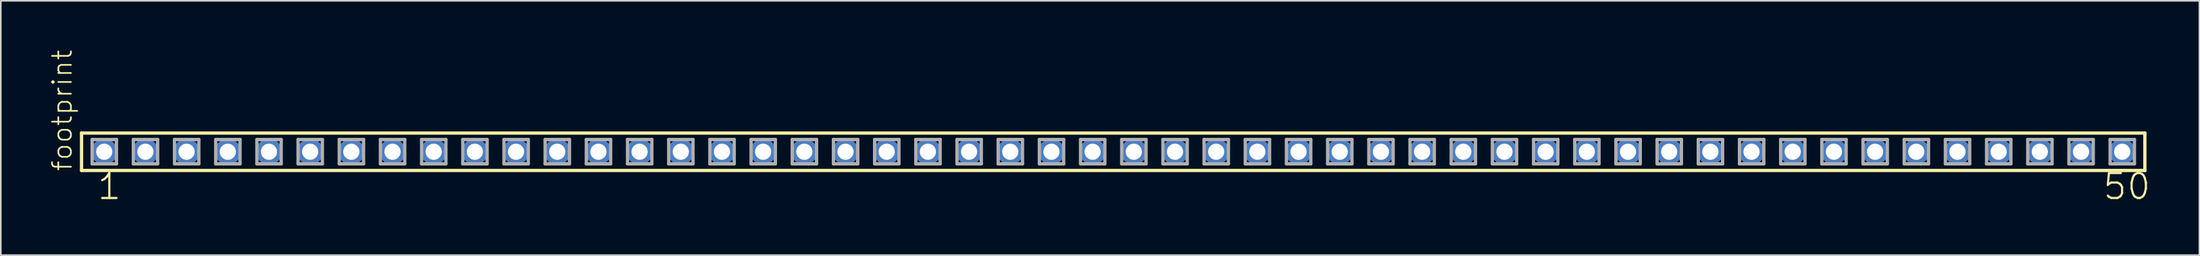
<source format=kicad_pcb>
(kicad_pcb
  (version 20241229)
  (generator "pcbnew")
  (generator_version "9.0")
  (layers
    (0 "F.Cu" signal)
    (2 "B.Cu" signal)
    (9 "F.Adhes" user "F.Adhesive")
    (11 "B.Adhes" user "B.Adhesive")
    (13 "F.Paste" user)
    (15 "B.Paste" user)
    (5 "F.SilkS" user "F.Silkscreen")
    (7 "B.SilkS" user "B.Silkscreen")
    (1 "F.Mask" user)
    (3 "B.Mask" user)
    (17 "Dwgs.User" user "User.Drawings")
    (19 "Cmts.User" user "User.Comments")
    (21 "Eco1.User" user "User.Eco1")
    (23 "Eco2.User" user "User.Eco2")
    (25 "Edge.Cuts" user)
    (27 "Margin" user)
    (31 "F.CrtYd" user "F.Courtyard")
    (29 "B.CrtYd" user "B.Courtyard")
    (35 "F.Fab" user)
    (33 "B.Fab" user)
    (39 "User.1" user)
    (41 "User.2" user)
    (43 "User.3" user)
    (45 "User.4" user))
  (footprint "footprint"
    (layer "F.Cu")
    (at 65.608 6.312)
    (property "Reference" "footprint" (at -64.135 1.27 90) (layer "F.SilkS") (effects (font (size 1.168 1.168) (thickness 0.102)) (justify left bottom)))
    (fp_line (start -63.629 -1.155) (end 63.629 -1.155) (stroke (width 0.203) (type solid)) (layer "F.SilkS"))
    (fp_line (start -63.629 1.155) (end -63.629 -1.155) (stroke (width 0.203) (type solid)) (layer "F.SilkS"))
    (fp_line (start 63.629 -1.155) (end 63.629 1.155) (stroke (width 0.203) (type solid)) (layer "F.SilkS"))
    (fp_line (start 63.629 1.155) (end -63.629 1.155) (stroke (width 0.203) (type solid)) (layer "F.SilkS"))
    (fp_line (start -62.975 -0.755) (end -61.475 -0.755) (stroke (width 0.203) (type solid)) (layer "F.Fab"))
    (fp_line (start -62.975 0.745) (end -62.975 -0.755) (stroke (width 0.203) (type solid)) (layer "F.Fab"))
    (fp_line (start -61.475 -0.755) (end -61.475 0.745) (stroke (width 0.203) (type solid)) (layer "F.Fab"))
    (fp_line (start -61.475 0.745) (end -62.975 0.745) (stroke (width 0.203) (type solid)) (layer "F.Fab"))
    (fp_line (start -60.435 -0.755) (end -58.935 -0.755) (stroke (width 0.203) (type solid)) (layer "F.Fab"))
    (fp_line (start -60.435 0.745) (end -60.435 -0.755) (stroke (width 0.203) (type solid)) (layer "F.Fab"))
    (fp_line (start -58.935 -0.755) (end -58.935 0.745) (stroke (width 0.203) (type solid)) (layer "F.Fab"))
    (fp_line (start -58.935 0.745) (end -60.435 0.745) (stroke (width 0.203) (type solid)) (layer "F.Fab"))
    (fp_line (start -57.895 -0.755) (end -56.395 -0.755) (stroke (width 0.203) (type solid)) (layer "F.Fab"))
    (fp_line (start -57.895 0.745) (end -57.895 -0.755) (stroke (width 0.203) (type solid)) (layer "F.Fab"))
    (fp_line (start -56.395 -0.755) (end -56.395 0.745) (stroke (width 0.203) (type solid)) (layer "F.Fab"))
    (fp_line (start -56.395 0.745) (end -57.895 0.745) (stroke (width 0.203) (type solid)) (layer "F.Fab"))
    (fp_line (start -55.355 -0.755) (end -53.855 -0.755) (stroke (width 0.203) (type solid)) (layer "F.Fab"))
    (fp_line (start -55.355 0.745) (end -55.355 -0.755) (stroke (width 0.203) (type solid)) (layer "F.Fab"))
    (fp_line (start -53.855 -0.755) (end -53.855 0.745) (stroke (width 0.203) (type solid)) (layer "F.Fab"))
    (fp_line (start -53.855 0.745) (end -55.355 0.745) (stroke (width 0.203) (type solid)) (layer "F.Fab"))
    (fp_line (start -52.815 -0.755) (end -51.315 -0.755) (stroke (width 0.203) (type solid)) (layer "F.Fab"))
    (fp_line (start -52.815 0.745) (end -52.815 -0.755) (stroke (width 0.203) (type solid)) (layer "F.Fab"))
    (fp_line (start -51.315 -0.755) (end -51.315 0.745) (stroke (width 0.203) (type solid)) (layer "F.Fab"))
    (fp_line (start -51.315 0.745) (end -52.815 0.745) (stroke (width 0.203) (type solid)) (layer "F.Fab"))
    (fp_line (start -50.275 -0.755) (end -48.775 -0.755) (stroke (width 0.203) (type solid)) (layer "F.Fab"))
    (fp_line (start -50.275 0.745) (end -50.275 -0.755) (stroke (width 0.203) (type solid)) (layer "F.Fab"))
    (fp_line (start -48.775 -0.755) (end -48.775 0.745) (stroke (width 0.203) (type solid)) (layer "F.Fab"))
    (fp_line (start -48.775 0.745) (end -50.275 0.745) (stroke (width 0.203) (type solid)) (layer "F.Fab"))
    (fp_line (start -47.735 -0.755) (end -46.235 -0.755) (stroke (width 0.203) (type solid)) (layer "F.Fab"))
    (fp_line (start -47.735 0.745) (end -47.735 -0.755) (stroke (width 0.203) (type solid)) (layer "F.Fab"))
    (fp_line (start -46.235 -0.755) (end -46.235 0.745) (stroke (width 0.203) (type solid)) (layer "F.Fab"))
    (fp_line (start -46.235 0.745) (end -47.735 0.745) (stroke (width 0.203) (type solid)) (layer "F.Fab"))
    (fp_line (start -45.195 -0.755) (end -43.695 -0.755) (stroke (width 0.203) (type solid)) (layer "F.Fab"))
    (fp_line (start -45.195 0.745) (end -45.195 -0.755) (stroke (width 0.203) (type solid)) (layer "F.Fab"))
    (fp_line (start -43.695 -0.755) (end -43.695 0.745) (stroke (width 0.203) (type solid)) (layer "F.Fab"))
    (fp_line (start -43.695 0.745) (end -45.195 0.745) (stroke (width 0.203) (type solid)) (layer "F.Fab"))
    (fp_line (start -42.655 -0.755) (end -41.155 -0.755) (stroke (width 0.203) (type solid)) (layer "F.Fab"))
    (fp_line (start -42.655 0.745) (end -42.655 -0.755) (stroke (width 0.203) (type solid)) (layer "F.Fab"))
    (fp_line (start -41.155 -0.755) (end -41.155 0.745) (stroke (width 0.203) (type solid)) (layer "F.Fab"))
    (fp_line (start -41.155 0.745) (end -42.655 0.745) (stroke (width 0.203) (type solid)) (layer "F.Fab"))
    (fp_line (start -40.115 -0.755) (end -38.615 -0.755) (stroke (width 0.203) (type solid)) (layer "F.Fab"))
    (fp_line (start -40.115 0.745) (end -40.115 -0.755) (stroke (width 0.203) (type solid)) (layer "F.Fab"))
    (fp_line (start -38.615 -0.755) (end -38.615 0.745) (stroke (width 0.203) (type solid)) (layer "F.Fab"))
    (fp_line (start -38.615 0.745) (end -40.115 0.745) (stroke (width 0.203) (type solid)) (layer "F.Fab"))
    (fp_line (start -37.575 -0.755) (end -36.075 -0.755) (stroke (width 0.203) (type solid)) (layer "F.Fab"))
    (fp_line (start -37.575 0.745) (end -37.575 -0.755) (stroke (width 0.203) (type solid)) (layer "F.Fab"))
    (fp_line (start -36.075 -0.755) (end -36.075 0.745) (stroke (width 0.203) (type solid)) (layer "F.Fab"))
    (fp_line (start -36.075 0.745) (end -37.575 0.745) (stroke (width 0.203) (type solid)) (layer "F.Fab"))
    (fp_line (start -35.035 -0.755) (end -33.535 -0.755) (stroke (width 0.203) (type solid)) (layer "F.Fab"))
    (fp_line (start -35.035 0.745) (end -35.035 -0.755) (stroke (width 0.203) (type solid)) (layer "F.Fab"))
    (fp_line (start -33.535 -0.755) (end -33.535 0.745) (stroke (width 0.203) (type solid)) (layer "F.Fab"))
    (fp_line (start -33.535 0.745) (end -35.035 0.745) (stroke (width 0.203) (type solid)) (layer "F.Fab"))
    (fp_line (start -32.495 -0.755) (end -30.995 -0.755) (stroke (width 0.203) (type solid)) (layer "F.Fab"))
    (fp_line (start -32.495 0.745) (end -32.495 -0.755) (stroke (width 0.203) (type solid)) (layer "F.Fab"))
    (fp_line (start -30.995 -0.755) (end -30.995 0.745) (stroke (width 0.203) (type solid)) (layer "F.Fab"))
    (fp_line (start -30.995 0.745) (end -32.495 0.745) (stroke (width 0.203) (type solid)) (layer "F.Fab"))
    (fp_line (start -29.955 -0.755) (end -28.455 -0.755) (stroke (width 0.203) (type solid)) (layer "F.Fab"))
    (fp_line (start -29.955 0.745) (end -29.955 -0.755) (stroke (width 0.203) (type solid)) (layer "F.Fab"))
    (fp_line (start -28.455 -0.755) (end -28.455 0.745) (stroke (width 0.203) (type solid)) (layer "F.Fab"))
    (fp_line (start -28.455 0.745) (end -29.955 0.745) (stroke (width 0.203) (type solid)) (layer "F.Fab"))
    (fp_line (start -27.415 -0.755) (end -25.915 -0.755) (stroke (width 0.203) (type solid)) (layer "F.Fab"))
    (fp_line (start -27.415 0.745) (end -27.415 -0.755) (stroke (width 0.203) (type solid)) (layer "F.Fab"))
    (fp_line (start -25.915 -0.755) (end -25.915 0.745) (stroke (width 0.203) (type solid)) (layer "F.Fab"))
    (fp_line (start -25.915 0.745) (end -27.415 0.745) (stroke (width 0.203) (type solid)) (layer "F.Fab"))
    (fp_line (start -24.875 -0.755) (end -23.375 -0.755) (stroke (width 0.203) (type solid)) (layer "F.Fab"))
    (fp_line (start -24.875 0.745) (end -24.875 -0.755) (stroke (width 0.203) (type solid)) (layer "F.Fab"))
    (fp_line (start -23.375 -0.755) (end -23.375 0.745) (stroke (width 0.203) (type solid)) (layer "F.Fab"))
    (fp_line (start -23.375 0.745) (end -24.875 0.745) (stroke (width 0.203) (type solid)) (layer "F.Fab"))
    (fp_line (start -22.335 -0.755) (end -20.835 -0.755) (stroke (width 0.203) (type solid)) (layer "F.Fab"))
    (fp_line (start -22.335 0.745) (end -22.335 -0.755) (stroke (width 0.203) (type solid)) (layer "F.Fab"))
    (fp_line (start -20.835 -0.755) (end -20.835 0.745) (stroke (width 0.203) (type solid)) (layer "F.Fab"))
    (fp_line (start -20.835 0.745) (end -22.335 0.745) (stroke (width 0.203) (type solid)) (layer "F.Fab"))
    (fp_line (start -19.795 -0.755) (end -18.295 -0.755) (stroke (width 0.203) (type solid)) (layer "F.Fab"))
    (fp_line (start -19.795 0.745) (end -19.795 -0.755) (stroke (width 0.203) (type solid)) (layer "F.Fab"))
    (fp_line (start -18.295 -0.755) (end -18.295 0.745) (stroke (width 0.203) (type solid)) (layer "F.Fab"))
    (fp_line (start -18.295 0.745) (end -19.795 0.745) (stroke (width 0.203) (type solid)) (layer "F.Fab"))
    (fp_line (start -17.255 -0.755) (end -15.755 -0.755) (stroke (width 0.203) (type solid)) (layer "F.Fab"))
    (fp_line (start -17.255 0.745) (end -17.255 -0.755) (stroke (width 0.203) (type solid)) (layer "F.Fab"))
    (fp_line (start -15.755 -0.755) (end -15.755 0.745) (stroke (width 0.203) (type solid)) (layer "F.Fab"))
    (fp_line (start -15.755 0.745) (end -17.255 0.745) (stroke (width 0.203) (type solid)) (layer "F.Fab"))
    (fp_line (start -14.715 -0.755) (end -13.215 -0.755) (stroke (width 0.203) (type solid)) (layer "F.Fab"))
    (fp_line (start -14.715 0.745) (end -14.715 -0.755) (stroke (width 0.203) (type solid)) (layer "F.Fab"))
    (fp_line (start -13.215 -0.755) (end -13.215 0.745) (stroke (width 0.203) (type solid)) (layer "F.Fab"))
    (fp_line (start -13.215 0.745) (end -14.715 0.745) (stroke (width 0.203) (type solid)) (layer "F.Fab"))
    (fp_line (start -12.175 -0.755) (end -10.675 -0.755) (stroke (width 0.203) (type solid)) (layer "F.Fab"))
    (fp_line (start -12.175 0.745) (end -12.175 -0.755) (stroke (width 0.203) (type solid)) (layer "F.Fab"))
    (fp_line (start -10.675 -0.755) (end -10.675 0.745) (stroke (width 0.203) (type solid)) (layer "F.Fab"))
    (fp_line (start -10.675 0.745) (end -12.175 0.745) (stroke (width 0.203) (type solid)) (layer "F.Fab"))
    (fp_line (start -9.635 -0.755) (end -8.135 -0.755) (stroke (width 0.203) (type solid)) (layer "F.Fab"))
    (fp_line (start -9.635 0.745) (end -9.635 -0.755) (stroke (width 0.203) (type solid)) (layer "F.Fab"))
    (fp_line (start -8.135 -0.755) (end -8.135 0.745) (stroke (width 0.203) (type solid)) (layer "F.Fab"))
    (fp_line (start -8.135 0.745) (end -9.635 0.745) (stroke (width 0.203) (type solid)) (layer "F.Fab"))
    (fp_line (start -7.095 -0.755) (end -5.595 -0.755) (stroke (width 0.203) (type solid)) (layer "F.Fab"))
    (fp_line (start -7.095 0.745) (end -7.095 -0.755) (stroke (width 0.203) (type solid)) (layer "F.Fab"))
    (fp_line (start -5.595 -0.755) (end -5.595 0.745) (stroke (width 0.203) (type solid)) (layer "F.Fab"))
    (fp_line (start -5.595 0.745) (end -7.095 0.745) (stroke (width 0.203) (type solid)) (layer "F.Fab"))
    (fp_line (start -4.555 -0.755) (end -3.055 -0.755) (stroke (width 0.203) (type solid)) (layer "F.Fab"))
    (fp_line (start -4.555 0.745) (end -4.555 -0.755) (stroke (width 0.203) (type solid)) (layer "F.Fab"))
    (fp_line (start -3.055 -0.755) (end -3.055 0.745) (stroke (width 0.203) (type solid)) (layer "F.Fab"))
    (fp_line (start -3.055 0.745) (end -4.555 0.745) (stroke (width 0.203) (type solid)) (layer "F.Fab"))
    (fp_line (start -2.015 -0.755) (end -0.515 -0.755) (stroke (width 0.203) (type solid)) (layer "F.Fab"))
    (fp_line (start -2.015 0.745) (end -2.015 -0.755) (stroke (width 0.203) (type solid)) (layer "F.Fab"))
    (fp_line (start -0.515 -0.755) (end -0.515 0.745) (stroke (width 0.203) (type solid)) (layer "F.Fab"))
    (fp_line (start -0.515 0.745) (end -2.015 0.745) (stroke (width 0.203) (type solid)) (layer "F.Fab"))
    (fp_line (start 0.525 -0.755) (end 2.025 -0.755) (stroke (width 0.203) (type solid)) (layer "F.Fab"))
    (fp_line (start 0.525 0.745) (end 0.525 -0.755) (stroke (width 0.203) (type solid)) (layer "F.Fab"))
    (fp_line (start 2.025 -0.755) (end 2.025 0.745) (stroke (width 0.203) (type solid)) (layer "F.Fab"))
    (fp_line (start 2.025 0.745) (end 0.525 0.745) (stroke (width 0.203) (type solid)) (layer "F.Fab"))
    (fp_line (start 3.065 -0.755) (end 4.565 -0.755) (stroke (width 0.203) (type solid)) (layer "F.Fab"))
    (fp_line (start 3.065 0.745) (end 3.065 -0.755) (stroke (width 0.203) (type solid)) (layer "F.Fab"))
    (fp_line (start 4.565 -0.755) (end 4.565 0.745) (stroke (width 0.203) (type solid)) (layer "F.Fab"))
    (fp_line (start 4.565 0.745) (end 3.065 0.745) (stroke (width 0.203) (type solid)) (layer "F.Fab"))
    (fp_line (start 5.605 -0.755) (end 7.105 -0.755) (stroke (width 0.203) (type solid)) (layer "F.Fab"))
    (fp_line (start 5.605 0.745) (end 5.605 -0.755) (stroke (width 0.203) (type solid)) (layer "F.Fab"))
    (fp_line (start 7.105 -0.755) (end 7.105 0.745) (stroke (width 0.203) (type solid)) (layer "F.Fab"))
    (fp_line (start 7.105 0.745) (end 5.605 0.745) (stroke (width 0.203) (type solid)) (layer "F.Fab"))
    (fp_line (start 8.145 -0.755) (end 9.645 -0.755) (stroke (width 0.203) (type solid)) (layer "F.Fab"))
    (fp_line (start 8.145 0.745) (end 8.145 -0.755) (stroke (width 0.203) (type solid)) (layer "F.Fab"))
    (fp_line (start 9.645 -0.755) (end 9.645 0.745) (stroke (width 0.203) (type solid)) (layer "F.Fab"))
    (fp_line (start 9.645 0.745) (end 8.145 0.745) (stroke (width 0.203) (type solid)) (layer "F.Fab"))
    (fp_line (start 10.685 -0.755) (end 12.185 -0.755) (stroke (width 0.203) (type solid)) (layer "F.Fab"))
    (fp_line (start 10.685 0.745) (end 10.685 -0.755) (stroke (width 0.203) (type solid)) (layer "F.Fab"))
    (fp_line (start 12.185 -0.755) (end 12.185 0.745) (stroke (width 0.203) (type solid)) (layer "F.Fab"))
    (fp_line (start 12.185 0.745) (end 10.685 0.745) (stroke (width 0.203) (type solid)) (layer "F.Fab"))
    (fp_line (start 13.225 -0.755) (end 14.725 -0.755) (stroke (width 0.203) (type solid)) (layer "F.Fab"))
    (fp_line (start 13.225 0.745) (end 13.225 -0.755) (stroke (width 0.203) (type solid)) (layer "F.Fab"))
    (fp_line (start 14.725 -0.755) (end 14.725 0.745) (stroke (width 0.203) (type solid)) (layer "F.Fab"))
    (fp_line (start 14.725 0.745) (end 13.225 0.745) (stroke (width 0.203) (type solid)) (layer "F.Fab"))
    (fp_line (start 15.765 -0.755) (end 17.265 -0.755) (stroke (width 0.203) (type solid)) (layer "F.Fab"))
    (fp_line (start 15.765 0.745) (end 15.765 -0.755) (stroke (width 0.203) (type solid)) (layer "F.Fab"))
    (fp_line (start 17.265 -0.755) (end 17.265 0.745) (stroke (width 0.203) (type solid)) (layer "F.Fab"))
    (fp_line (start 17.265 0.745) (end 15.765 0.745) (stroke (width 0.203) (type solid)) (layer "F.Fab"))
    (fp_line (start 18.305 -0.755) (end 19.805 -0.755) (stroke (width 0.203) (type solid)) (layer "F.Fab"))
    (fp_line (start 18.305 0.745) (end 18.305 -0.755) (stroke (width 0.203) (type solid)) (layer "F.Fab"))
    (fp_line (start 19.805 -0.755) (end 19.805 0.745) (stroke (width 0.203) (type solid)) (layer "F.Fab"))
    (fp_line (start 19.805 0.745) (end 18.305 0.745) (stroke (width 0.203) (type solid)) (layer "F.Fab"))
    (fp_line (start 20.845 -0.755) (end 22.345 -0.755) (stroke (width 0.203) (type solid)) (layer "F.Fab"))
    (fp_line (start 20.845 0.745) (end 20.845 -0.755) (stroke (width 0.203) (type solid)) (layer "F.Fab"))
    (fp_line (start 22.345 -0.755) (end 22.345 0.745) (stroke (width 0.203) (type solid)) (layer "F.Fab"))
    (fp_line (start 22.345 0.745) (end 20.845 0.745) (stroke (width 0.203) (type solid)) (layer "F.Fab"))
    (fp_line (start 23.385 -0.755) (end 24.885 -0.755) (stroke (width 0.203) (type solid)) (layer "F.Fab"))
    (fp_line (start 23.385 0.745) (end 23.385 -0.755) (stroke (width 0.203) (type solid)) (layer "F.Fab"))
    (fp_line (start 24.885 -0.755) (end 24.885 0.745) (stroke (width 0.203) (type solid)) (layer "F.Fab"))
    (fp_line (start 24.885 0.745) (end 23.385 0.745) (stroke (width 0.203) (type solid)) (layer "F.Fab"))
    (fp_line (start 25.925 -0.755) (end 27.425 -0.755) (stroke (width 0.203) (type solid)) (layer "F.Fab"))
    (fp_line (start 25.925 0.745) (end 25.925 -0.755) (stroke (width 0.203) (type solid)) (layer "F.Fab"))
    (fp_line (start 27.425 -0.755) (end 27.425 0.745) (stroke (width 0.203) (type solid)) (layer "F.Fab"))
    (fp_line (start 27.425 0.745) (end 25.925 0.745) (stroke (width 0.203) (type solid)) (layer "F.Fab"))
    (fp_line (start 28.465 -0.755) (end 29.965 -0.755) (stroke (width 0.203) (type solid)) (layer "F.Fab"))
    (fp_line (start 28.465 0.745) (end 28.465 -0.755) (stroke (width 0.203) (type solid)) (layer "F.Fab"))
    (fp_line (start 29.965 -0.755) (end 29.965 0.745) (stroke (width 0.203) (type solid)) (layer "F.Fab"))
    (fp_line (start 29.965 0.745) (end 28.465 0.745) (stroke (width 0.203) (type solid)) (layer "F.Fab"))
    (fp_line (start 31.005 -0.755) (end 32.505 -0.755) (stroke (width 0.203) (type solid)) (layer "F.Fab"))
    (fp_line (start 31.005 0.745) (end 31.005 -0.755) (stroke (width 0.203) (type solid)) (layer "F.Fab"))
    (fp_line (start 32.505 -0.755) (end 32.505 0.745) (stroke (width 0.203) (type solid)) (layer "F.Fab"))
    (fp_line (start 32.505 0.745) (end 31.005 0.745) (stroke (width 0.203) (type solid)) (layer "F.Fab"))
    (fp_line (start 33.545 -0.755) (end 35.045 -0.755) (stroke (width 0.203) (type solid)) (layer "F.Fab"))
    (fp_line (start 33.545 0.745) (end 33.545 -0.755) (stroke (width 0.203) (type solid)) (layer "F.Fab"))
    (fp_line (start 35.045 -0.755) (end 35.045 0.745) (stroke (width 0.203) (type solid)) (layer "F.Fab"))
    (fp_line (start 35.045 0.745) (end 33.545 0.745) (stroke (width 0.203) (type solid)) (layer "F.Fab"))
    (fp_line (start 36.085 -0.755) (end 37.585 -0.755) (stroke (width 0.203) (type solid)) (layer "F.Fab"))
    (fp_line (start 36.085 0.745) (end 36.085 -0.755) (stroke (width 0.203) (type solid)) (layer "F.Fab"))
    (fp_line (start 37.585 -0.755) (end 37.585 0.745) (stroke (width 0.203) (type solid)) (layer "F.Fab"))
    (fp_line (start 37.585 0.745) (end 36.085 0.745) (stroke (width 0.203) (type solid)) (layer "F.Fab"))
    (fp_line (start 38.625 -0.755) (end 40.125 -0.755) (stroke (width 0.203) (type solid)) (layer "F.Fab"))
    (fp_line (start 38.625 0.745) (end 38.625 -0.755) (stroke (width 0.203) (type solid)) (layer "F.Fab"))
    (fp_line (start 40.125 -0.755) (end 40.125 0.745) (stroke (width 0.203) (type solid)) (layer "F.Fab"))
    (fp_line (start 40.125 0.745) (end 38.625 0.745) (stroke (width 0.203) (type solid)) (layer "F.Fab"))
    (fp_line (start 41.165 -0.755) (end 42.665 -0.755) (stroke (width 0.203) (type solid)) (layer "F.Fab"))
    (fp_line (start 41.165 0.745) (end 41.165 -0.755) (stroke (width 0.203) (type solid)) (layer "F.Fab"))
    (fp_line (start 42.665 -0.755) (end 42.665 0.745) (stroke (width 0.203) (type solid)) (layer "F.Fab"))
    (fp_line (start 42.665 0.745) (end 41.165 0.745) (stroke (width 0.203) (type solid)) (layer "F.Fab"))
    (fp_line (start 43.705 -0.755) (end 45.205 -0.755) (stroke (width 0.203) (type solid)) (layer "F.Fab"))
    (fp_line (start 43.705 0.745) (end 43.705 -0.755) (stroke (width 0.203) (type solid)) (layer "F.Fab"))
    (fp_line (start 45.205 -0.755) (end 45.205 0.745) (stroke (width 0.203) (type solid)) (layer "F.Fab"))
    (fp_line (start 45.205 0.745) (end 43.705 0.745) (stroke (width 0.203) (type solid)) (layer "F.Fab"))
    (fp_line (start 46.245 -0.755) (end 47.745 -0.755) (stroke (width 0.203) (type solid)) (layer "F.Fab"))
    (fp_line (start 46.245 0.745) (end 46.245 -0.755) (stroke (width 0.203) (type solid)) (layer "F.Fab"))
    (fp_line (start 47.745 -0.755) (end 47.745 0.745) (stroke (width 0.203) (type solid)) (layer "F.Fab"))
    (fp_line (start 47.745 0.745) (end 46.245 0.745) (stroke (width 0.203) (type solid)) (layer "F.Fab"))
    (fp_line (start 48.785 -0.755) (end 50.285 -0.755) (stroke (width 0.203) (type solid)) (layer "F.Fab"))
    (fp_line (start 48.785 0.745) (end 48.785 -0.755) (stroke (width 0.203) (type solid)) (layer "F.Fab"))
    (fp_line (start 50.285 -0.755) (end 50.285 0.745) (stroke (width 0.203) (type solid)) (layer "F.Fab"))
    (fp_line (start 50.285 0.745) (end 48.785 0.745) (stroke (width 0.203) (type solid)) (layer "F.Fab"))
    (fp_line (start 51.325 -0.755) (end 52.825 -0.755) (stroke (width 0.203) (type solid)) (layer "F.Fab"))
    (fp_line (start 51.325 0.745) (end 51.325 -0.755) (stroke (width 0.203) (type solid)) (layer "F.Fab"))
    (fp_line (start 52.825 -0.755) (end 52.825 0.745) (stroke (width 0.203) (type solid)) (layer "F.Fab"))
    (fp_line (start 52.825 0.745) (end 51.325 0.745) (stroke (width 0.203) (type solid)) (layer "F.Fab"))
    (fp_line (start 53.865 -0.755) (end 55.365 -0.755) (stroke (width 0.203) (type solid)) (layer "F.Fab"))
    (fp_line (start 53.865 0.745) (end 53.865 -0.755) (stroke (width 0.203) (type solid)) (layer "F.Fab"))
    (fp_line (start 55.365 -0.755) (end 55.365 0.745) (stroke (width 0.203) (type solid)) (layer "F.Fab"))
    (fp_line (start 55.365 0.745) (end 53.865 0.745) (stroke (width 0.203) (type solid)) (layer "F.Fab"))
    (fp_line (start 56.405 -0.755) (end 57.905 -0.755) (stroke (width 0.203) (type solid)) (layer "F.Fab"))
    (fp_line (start 56.405 0.745) (end 56.405 -0.755) (stroke (width 0.203) (type solid)) (layer "F.Fab"))
    (fp_line (start 57.905 -0.755) (end 57.905 0.745) (stroke (width 0.203) (type solid)) (layer "F.Fab"))
    (fp_line (start 57.905 0.745) (end 56.405 0.745) (stroke (width 0.203) (type solid)) (layer "F.Fab"))
    (fp_line (start 58.945 -0.755) (end 60.445 -0.755) (stroke (width 0.203) (type solid)) (layer "F.Fab"))
    (fp_line (start 58.945 0.745) (end 58.945 -0.755) (stroke (width 0.203) (type solid)) (layer "F.Fab"))
    (fp_line (start 60.445 -0.755) (end 60.445 0.745) (stroke (width 0.203) (type solid)) (layer "F.Fab"))
    (fp_line (start 60.445 0.745) (end 58.945 0.745) (stroke (width 0.203) (type solid)) (layer "F.Fab"))
    (fp_line (start 61.485 -0.755) (end 62.985 -0.755) (stroke (width 0.203) (type solid)) (layer "F.Fab"))
    (fp_line (start 61.485 0.745) (end 61.485 -0.755) (stroke (width 0.203) (type solid)) (layer "F.Fab"))
    (fp_line (start 62.985 -0.755) (end 62.985 0.745) (stroke (width 0.203) (type solid)) (layer "F.Fab"))
    (fp_line (start 62.985 0.745) (end 61.485 0.745) (stroke (width 0.203) (type solid)) (layer "F.Fab"))
    (fp_text user "50" (at 60.96 3.048 0) (layer "F.SilkS") (effects (font (size 1.542 1.542) (thickness 0.134)) (justify left bottom)))
    (fp_text user "1" (at -62.738 3.048 0) (layer "F.SilkS") (effects (font (size 1.542 1.542) (thickness 0.134)) (justify left bottom)))
    (pad "1" thru_hole roundrect (at -62.23 0) (size 1.5 1.5) (drill 1) (layers "*.Cu" "*.Mask") (roundrect_rratio 0.25) (chamfer_ratio 0.25) (chamfer top_left top_right bottom_left bottom_right))
    (pad "2" thru_hole roundrect (at -59.69 0) (size 1.5 1.5) (drill 1) (layers "*.Cu" "*.Mask") (roundrect_rratio 0.25) (chamfer_ratio 0.25) (chamfer top_left top_right bottom_left bottom_right))
    (pad "3" thru_hole roundrect (at -57.15 0) (size 1.5 1.5) (drill 1) (layers "*.Cu" "*.Mask") (roundrect_rratio 0.25) (chamfer_ratio 0.25) (chamfer top_left top_right bottom_left bottom_right))
    (pad "4" thru_hole roundrect (at -54.61 0) (size 1.5 1.5) (drill 1) (layers "*.Cu" "*.Mask") (roundrect_rratio 0.25) (chamfer_ratio 0.25) (chamfer top_left top_right bottom_left bottom_right))
    (pad "5" thru_hole roundrect (at -52.07 0) (size 1.5 1.5) (drill 1) (layers "*.Cu" "*.Mask") (roundrect_rratio 0.25) (chamfer_ratio 0.25) (chamfer top_left top_right bottom_left bottom_right))
    (pad "6" thru_hole roundrect (at -49.53 0) (size 1.5 1.5) (drill 1) (layers "*.Cu" "*.Mask") (roundrect_rratio 0.25) (chamfer_ratio 0.25) (chamfer top_left top_right bottom_left bottom_right))
    (pad "7" thru_hole roundrect (at -46.99 0) (size 1.5 1.5) (drill 1) (layers "*.Cu" "*.Mask") (roundrect_rratio 0.25) (chamfer_ratio 0.25) (chamfer top_left top_right bottom_left bottom_right))
    (pad "8" thru_hole roundrect (at -44.45 0) (size 1.5 1.5) (drill 1) (layers "*.Cu" "*.Mask") (roundrect_rratio 0.25) (chamfer_ratio 0.25) (chamfer top_left top_right bottom_left bottom_right))
    (pad "9" thru_hole roundrect (at -41.91 0) (size 1.5 1.5) (drill 1) (layers "*.Cu" "*.Mask") (roundrect_rratio 0.25) (chamfer_ratio 0.25) (chamfer top_left top_right bottom_left bottom_right))
    (pad "10" thru_hole roundrect (at -39.37 0) (size 1.5 1.5) (drill 1) (layers "*.Cu" "*.Mask") (roundrect_rratio 0.25) (chamfer_ratio 0.25) (chamfer top_left top_right bottom_left bottom_right))
    (pad "11" thru_hole roundrect (at -36.83 0) (size 1.5 1.5) (drill 1) (layers "*.Cu" "*.Mask") (roundrect_rratio 0.25) (chamfer_ratio 0.25) (chamfer top_left top_right bottom_left bottom_right))
    (pad "12" thru_hole roundrect (at -34.29 0) (size 1.5 1.5) (drill 1) (layers "*.Cu" "*.Mask") (roundrect_rratio 0.25) (chamfer_ratio 0.25) (chamfer top_left top_right bottom_left bottom_right))
    (pad "13" thru_hole roundrect (at -31.75 0) (size 1.5 1.5) (drill 1) (layers "*.Cu" "*.Mask") (roundrect_rratio 0.25) (chamfer_ratio 0.25) (chamfer top_left top_right bottom_left bottom_right))
    (pad "14" thru_hole roundrect (at -29.21 0) (size 1.5 1.5) (drill 1) (layers "*.Cu" "*.Mask") (roundrect_rratio 0.25) (chamfer_ratio 0.25) (chamfer top_left top_right bottom_left bottom_right))
    (pad "15" thru_hole roundrect (at -26.67 0) (size 1.5 1.5) (drill 1) (layers "*.Cu" "*.Mask") (roundrect_rratio 0.25) (chamfer_ratio 0.25) (chamfer top_left top_right bottom_left bottom_right))
    (pad "16" thru_hole roundrect (at -24.13 0) (size 1.5 1.5) (drill 1) (layers "*.Cu" "*.Mask") (roundrect_rratio 0.25) (chamfer_ratio 0.25) (chamfer top_left top_right bottom_left bottom_right))
    (pad "17" thru_hole roundrect (at -21.59 0) (size 1.5 1.5) (drill 1) (layers "*.Cu" "*.Mask") (roundrect_rratio 0.25) (chamfer_ratio 0.25) (chamfer top_left top_right bottom_left bottom_right))
    (pad "18" thru_hole roundrect (at -19.05 0) (size 1.5 1.5) (drill 1) (layers "*.Cu" "*.Mask") (roundrect_rratio 0.25) (chamfer_ratio 0.25) (chamfer top_left top_right bottom_left bottom_right))
    (pad "19" thru_hole roundrect (at -16.51 0) (size 1.5 1.5) (drill 1) (layers "*.Cu" "*.Mask") (roundrect_rratio 0.25) (chamfer_ratio 0.25) (chamfer top_left top_right bottom_left bottom_right))
    (pad "20" thru_hole roundrect (at -13.97 0) (size 1.5 1.5) (drill 1) (layers "*.Cu" "*.Mask") (roundrect_rratio 0.25) (chamfer_ratio 0.25) (chamfer top_left top_right bottom_left bottom_right))
    (pad "21" thru_hole roundrect (at -11.43 0) (size 1.5 1.5) (drill 1) (layers "*.Cu" "*.Mask") (roundrect_rratio 0.25) (chamfer_ratio 0.25) (chamfer top_left top_right bottom_left bottom_right))
    (pad "22" thru_hole roundrect (at -8.89 0) (size 1.5 1.5) (drill 1) (layers "*.Cu" "*.Mask") (roundrect_rratio 0.25) (chamfer_ratio 0.25) (chamfer top_left top_right bottom_left bottom_right))
    (pad "23" thru_hole roundrect (at -6.35 0) (size 1.5 1.5) (drill 1) (layers "*.Cu" "*.Mask") (roundrect_rratio 0.25) (chamfer_ratio 0.25) (chamfer top_left top_right bottom_left bottom_right))
    (pad "24" thru_hole roundrect (at -3.81 0) (size 1.5 1.5) (drill 1) (layers "*.Cu" "*.Mask") (roundrect_rratio 0.25) (chamfer_ratio 0.25) (chamfer top_left top_right bottom_left bottom_right))
    (pad "25" thru_hole roundrect (at -1.27 0) (size 1.5 1.5) (drill 1) (layers "*.Cu" "*.Mask") (roundrect_rratio 0.25) (chamfer_ratio 0.25) (chamfer top_left top_right bottom_left bottom_right))
    (pad "26" thru_hole roundrect (at 1.27 0) (size 1.5 1.5) (drill 1) (layers "*.Cu" "*.Mask") (roundrect_rratio 0.25) (chamfer_ratio 0.25) (chamfer top_left top_right bottom_left bottom_right))
    (pad "27" thru_hole roundrect (at 3.81 0) (size 1.5 1.5) (drill 1) (layers "*.Cu" "*.Mask") (roundrect_rratio 0.25) (chamfer_ratio 0.25) (chamfer top_left top_right bottom_left bottom_right))
    (pad "28" thru_hole roundrect (at 6.35 0) (size 1.5 1.5) (drill 1) (layers "*.Cu" "*.Mask") (roundrect_rratio 0.25) (chamfer_ratio 0.25) (chamfer top_left top_right bottom_left bottom_right))
    (pad "29" thru_hole roundrect (at 8.89 0) (size 1.5 1.5) (drill 1) (layers "*.Cu" "*.Mask") (roundrect_rratio 0.25) (chamfer_ratio 0.25) (chamfer top_left top_right bottom_left bottom_right))
    (pad "30" thru_hole roundrect (at 11.43 0) (size 1.5 1.5) (drill 1) (layers "*.Cu" "*.Mask") (roundrect_rratio 0.25) (chamfer_ratio 0.25) (chamfer top_left top_right bottom_left bottom_right))
    (pad "31" thru_hole roundrect (at 13.97 0) (size 1.5 1.5) (drill 1) (layers "*.Cu" "*.Mask") (roundrect_rratio 0.25) (chamfer_ratio 0.25) (chamfer top_left top_right bottom_left bottom_right))
    (pad "32" thru_hole roundrect (at 16.51 0) (size 1.5 1.5) (drill 1) (layers "*.Cu" "*.Mask") (roundrect_rratio 0.25) (chamfer_ratio 0.25) (chamfer top_left top_right bottom_left bottom_right))
    (pad "33" thru_hole roundrect (at 19.05 0) (size 1.5 1.5) (drill 1) (layers "*.Cu" "*.Mask") (roundrect_rratio 0.25) (chamfer_ratio 0.25) (chamfer top_left top_right bottom_left bottom_right))
    (pad "34" thru_hole roundrect (at 21.59 0) (size 1.5 1.5) (drill 1) (layers "*.Cu" "*.Mask") (roundrect_rratio 0.25) (chamfer_ratio 0.25) (chamfer top_left top_right bottom_left bottom_right))
    (pad "35" thru_hole roundrect (at 24.13 0) (size 1.5 1.5) (drill 1) (layers "*.Cu" "*.Mask") (roundrect_rratio 0.25) (chamfer_ratio 0.25) (chamfer top_left top_right bottom_left bottom_right))
    (pad "36" thru_hole roundrect (at 26.67 0) (size 1.5 1.5) (drill 1) (layers "*.Cu" "*.Mask") (roundrect_rratio 0.25) (chamfer_ratio 0.25) (chamfer top_left top_right bottom_left bottom_right))
    (pad "37" thru_hole roundrect (at 29.21 0) (size 1.5 1.5) (drill 1) (layers "*.Cu" "*.Mask") (roundrect_rratio 0.25) (chamfer_ratio 0.25) (chamfer top_left top_right bottom_left bottom_right))
    (pad "38" thru_hole roundrect (at 31.75 0) (size 1.5 1.5) (drill 1) (layers "*.Cu" "*.Mask") (roundrect_rratio 0.25) (chamfer_ratio 0.25) (chamfer top_left top_right bottom_left bottom_right))
    (pad "39" thru_hole roundrect (at 34.29 0) (size 1.5 1.5) (drill 1) (layers "*.Cu" "*.Mask") (roundrect_rratio 0.25) (chamfer_ratio 0.25) (chamfer top_left top_right bottom_left bottom_right))
    (pad "40" thru_hole roundrect (at 36.83 0) (size 1.5 1.5) (drill 1) (layers "*.Cu" "*.Mask") (roundrect_rratio 0.25) (chamfer_ratio 0.25) (chamfer top_left top_right bottom_left bottom_right))
    (pad "41" thru_hole roundrect (at 39.37 0) (size 1.5 1.5) (drill 1) (layers "*.Cu" "*.Mask") (roundrect_rratio 0.25) (chamfer_ratio 0.25) (chamfer top_left top_right bottom_left bottom_right))
    (pad "42" thru_hole roundrect (at 41.91 0) (size 1.5 1.5) (drill 1) (layers "*.Cu" "*.Mask") (roundrect_rratio 0.25) (chamfer_ratio 0.25) (chamfer top_left top_right bottom_left bottom_right))
    (pad "43" thru_hole roundrect (at 44.45 0) (size 1.5 1.5) (drill 1) (layers "*.Cu" "*.Mask") (roundrect_rratio 0.25) (chamfer_ratio 0.25) (chamfer top_left top_right bottom_left bottom_right))
    (pad "44" thru_hole roundrect (at 46.99 0) (size 1.5 1.5) (drill 1) (layers "*.Cu" "*.Mask") (roundrect_rratio 0.25) (chamfer_ratio 0.25) (chamfer top_left top_right bottom_left bottom_right))
    (pad "45" thru_hole roundrect (at 49.53 0) (size 1.5 1.5) (drill 1) (layers "*.Cu" "*.Mask") (roundrect_rratio 0.25) (chamfer_ratio 0.25) (chamfer top_left top_right bottom_left bottom_right))
    (pad "46" thru_hole roundrect (at 52.07 0) (size 1.5 1.5) (drill 1) (layers "*.Cu" "*.Mask") (roundrect_rratio 0.25) (chamfer_ratio 0.25) (chamfer top_left top_right bottom_left bottom_right))
    (pad "47" thru_hole roundrect (at 54.61 0) (size 1.5 1.5) (drill 1) (layers "*.Cu" "*.Mask") (roundrect_rratio 0.25) (chamfer_ratio 0.25) (chamfer top_left top_right bottom_left bottom_right))
    (pad "48" thru_hole roundrect (at 57.15 0) (size 1.5 1.5) (drill 1) (layers "*.Cu" "*.Mask") (roundrect_rratio 0.25) (chamfer_ratio 0.25) (chamfer top_left top_right bottom_left bottom_right))
    (pad "49" thru_hole roundrect (at 59.69 0) (size 1.5 1.5) (drill 1) (layers "*.Cu" "*.Mask") (roundrect_rratio 0.25) (chamfer_ratio 0.25) (chamfer top_left top_right bottom_left bottom_right))
    (pad "50" thru_hole roundrect (at 62.23 0) (size 1.5 1.5) (drill 1) (layers "*.Cu" "*.Mask") (roundrect_rratio 0.25) (chamfer_ratio 0.25) (chamfer top_left top_right bottom_left bottom_right)))
  (gr_rect
    (start -3 -3)
    (end 132.6 12.691)
    (stroke (width 0.1) (type default))
    (fill no)
    (layer "Edge.Cuts")))
</source>
